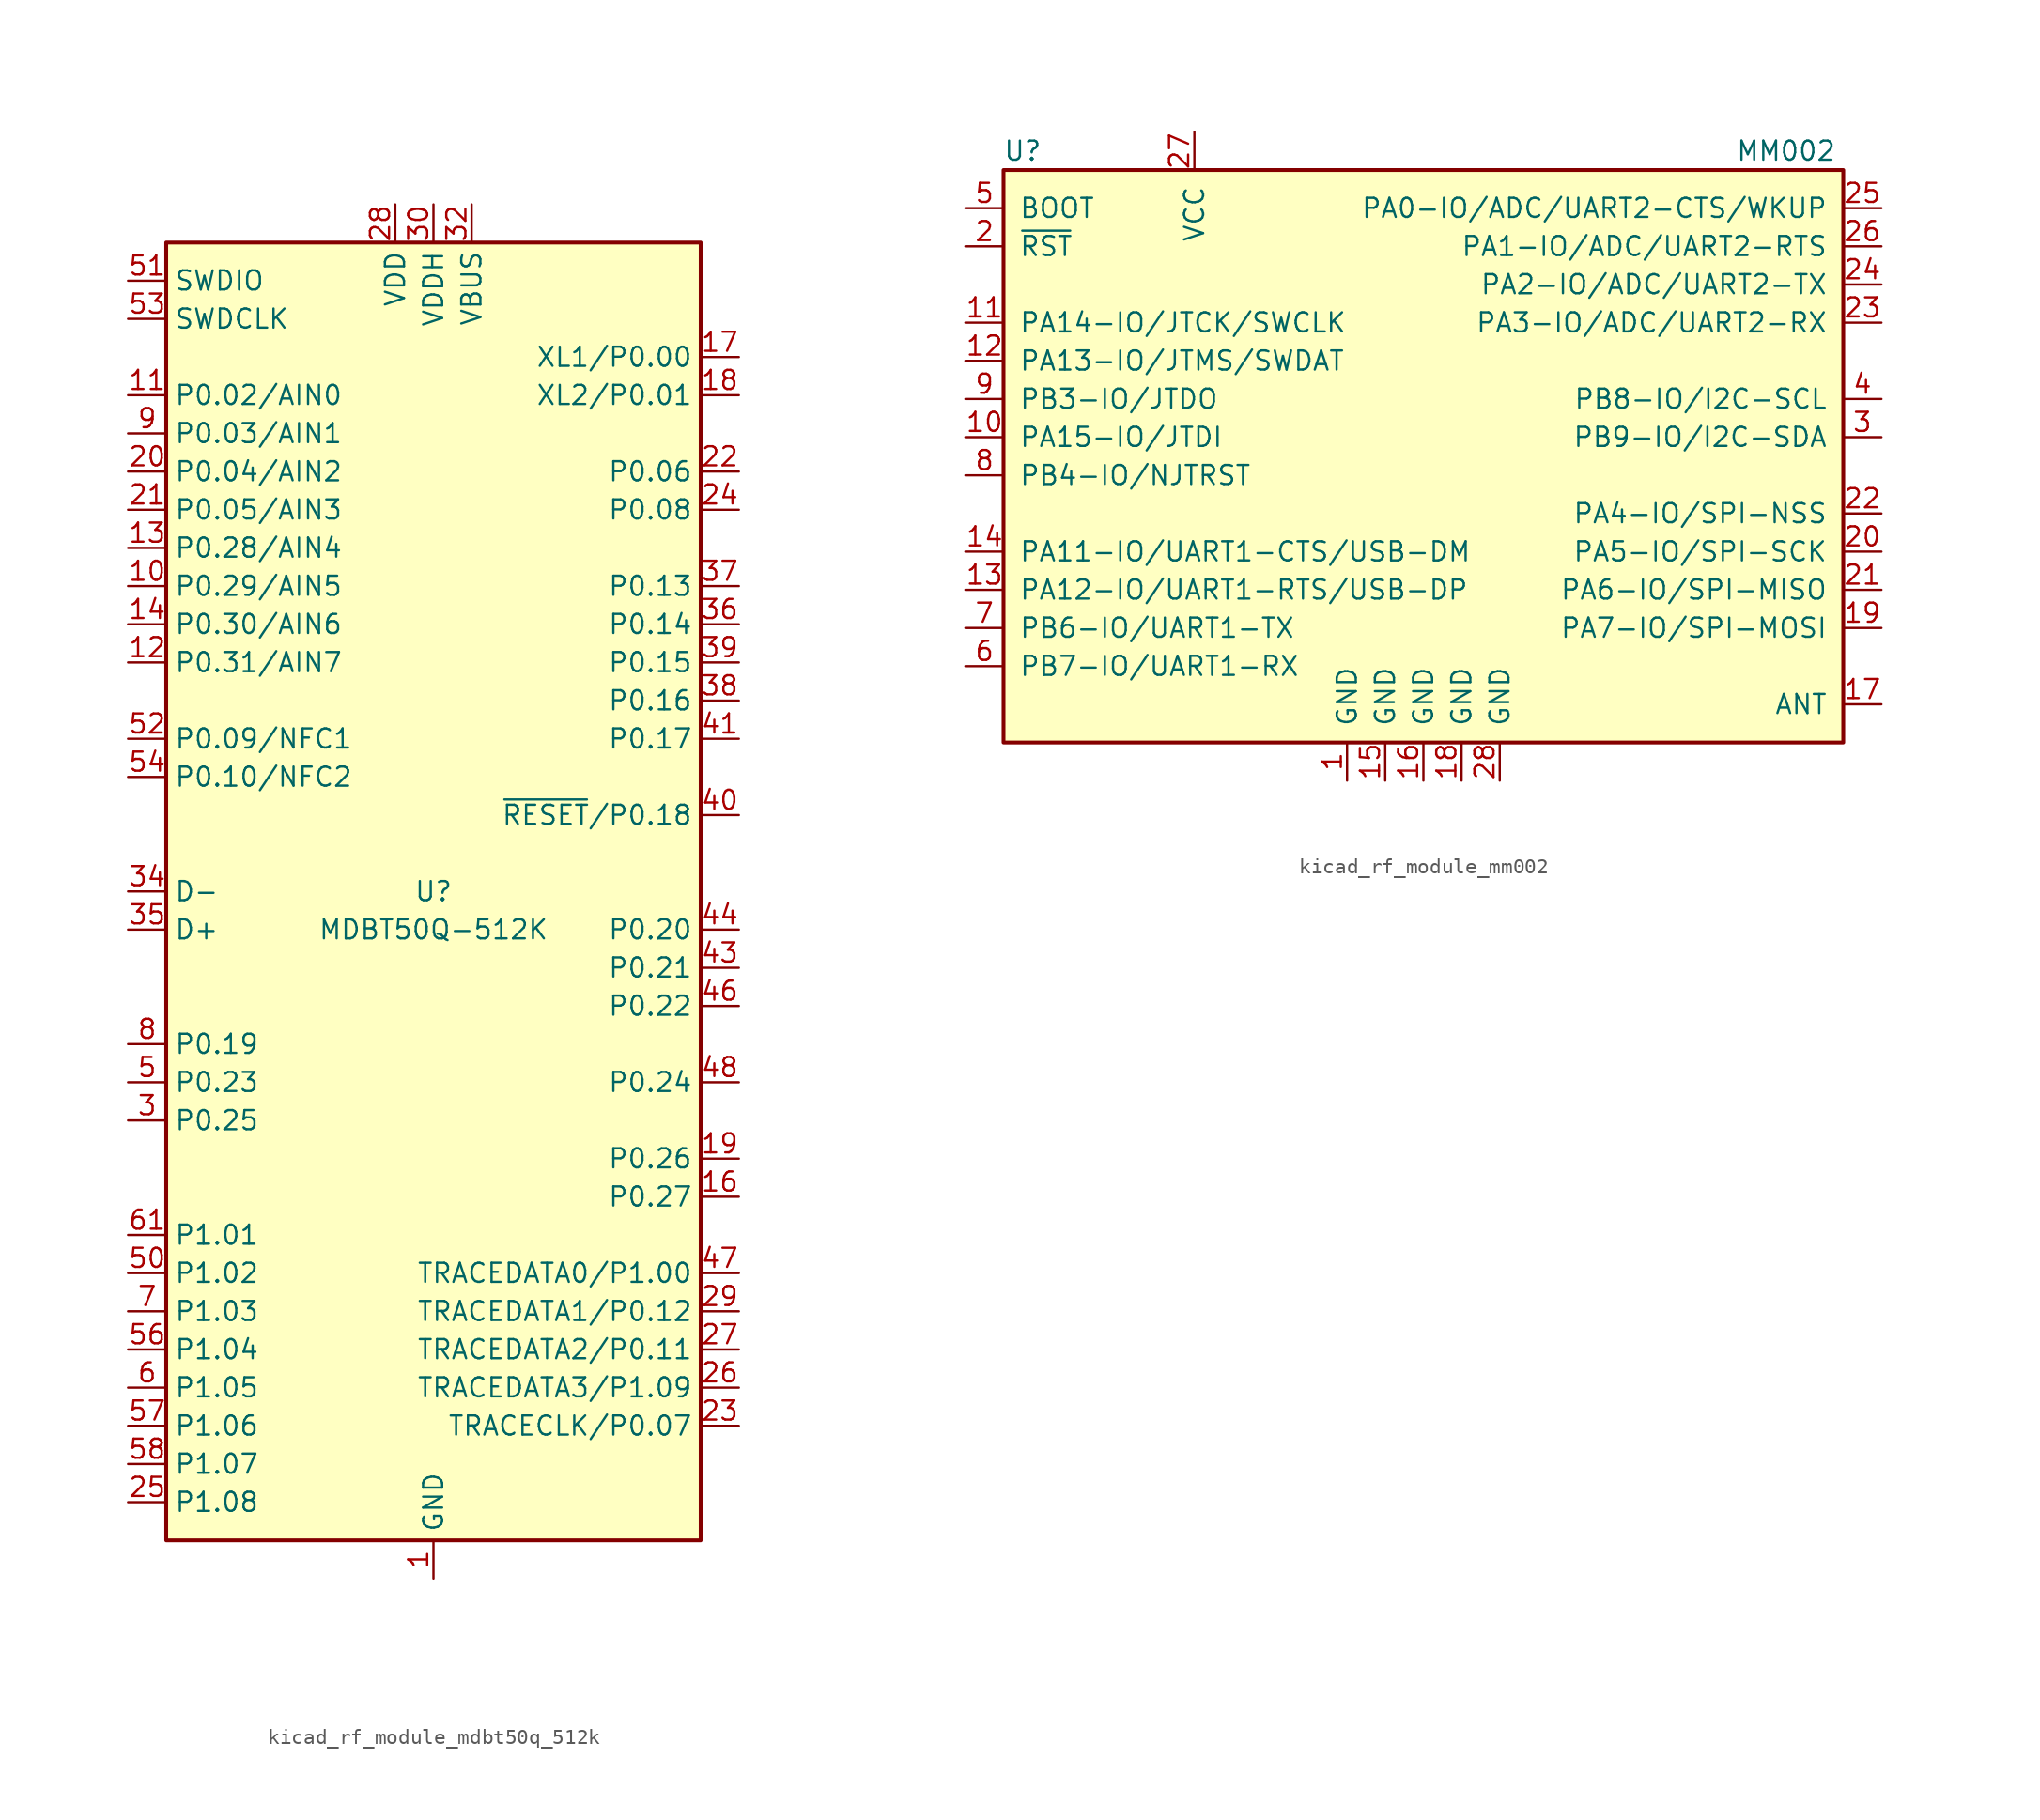
<source format=kicad_sym>
(kicad_symbol_lib
  (version 20220914)
  (generator kicad_symbol_editor)
  (symbol "kicad_rf_module_mdbt50q_512k"
    (property "Reference" "U"
      (at 0 0 0)
      (effects (font (size 1.27 1.27))))
    (property "Value" "MDBT50Q-512K"
      (at 0 -2.54 0)
      (effects (font (size 1.27 1.27))))
    (symbol "kicad_rf_module_mdbt50q_512k_0_1"
      (rectangle (start -17.78 43.18) (end 17.78 -43.18) (stroke (width 0.254) (type default)) (fill (type background))))
    (symbol "kicad_rf_module_mdbt50q_512k_1_1"
      (pin power_in line (at 0 -45.72 90) (length 2.54) (name "GND" (effects (font (size 1.27 1.27)))) (number "1" (effects (font (size 1.27 1.27)))))
      (pin bidirectional line (at -20.32 20.32 0) (length 2.54) (name "P0.29/AIN5" (effects (font (size 1.27 1.27)))) (number "10" (effects (font (size 1.27 1.27)))))
      (pin bidirectional line (at -20.32 33.02 0) (length 2.54) (name "P0.02/AIN0" (effects (font (size 1.27 1.27)))) (number "11" (effects (font (size 1.27 1.27)))))
      (pin bidirectional line (at -20.32 15.24 0) (length 2.54) (name "P0.31/AIN7" (effects (font (size 1.27 1.27)))) (number "12" (effects (font (size 1.27 1.27)))))
      (pin bidirectional line (at -20.32 22.86 0) (length 2.54) (name "P0.28/AIN4" (effects (font (size 1.27 1.27)))) (number "13" (effects (font (size 1.27 1.27)))))
      (pin bidirectional line (at -20.32 17.78 0) (length 2.54) (name "P0.30/AIN6" (effects (font (size 1.27 1.27)))) (number "14" (effects (font (size 1.27 1.27)))))
      (pin passive line (at 0 -45.72 90) (length 2.54) hide (name "GND" (effects (font (size 1.27 1.27)))) (number "15" (effects (font (size 1.27 1.27)))))
      (pin bidirectional line (at 20.32 -20.32 180) (length 2.54) (name "P0.27" (effects (font (size 1.27 1.27)))) (number "16" (effects (font (size 1.27 1.27)))))
      (pin bidirectional line (at 20.32 35.56 180) (length 2.54) (name "XL1/P0.00" (effects (font (size 1.27 1.27)))) (number "17" (effects (font (size 1.27 1.27)))))
      (pin bidirectional line (at 20.32 33.02 180) (length 2.54) (name "XL2/P0.01" (effects (font (size 1.27 1.27)))) (number "18" (effects (font (size 1.27 1.27)))))
      (pin bidirectional line (at 20.32 -17.78 180) (length 2.54) (name "P0.26" (effects (font (size 1.27 1.27)))) (number "19" (effects (font (size 1.27 1.27)))))
      (pin passive line (at 0 -45.72 90) (length 2.54) hide (name "GND" (effects (font (size 1.27 1.27)))) (number "2" (effects (font (size 1.27 1.27)))))
      (pin bidirectional line (at -20.32 27.94 0) (length 2.54) (name "P0.04/AIN2" (effects (font (size 1.27 1.27)))) (number "20" (effects (font (size 1.27 1.27)))))
      (pin bidirectional line (at -20.32 25.4 0) (length 2.54) (name "P0.05/AIN3" (effects (font (size 1.27 1.27)))) (number "21" (effects (font (size 1.27 1.27)))))
      (pin bidirectional line (at 20.32 27.94 180) (length 2.54) (name "P0.06" (effects (font (size 1.27 1.27)))) (number "22" (effects (font (size 1.27 1.27)))))
      (pin bidirectional line (at 20.32 -35.56 180) (length 2.54) (name "TRACECLK/P0.07" (effects (font (size 1.27 1.27)))) (number "23" (effects (font (size 1.27 1.27)))))
      (pin bidirectional line (at 20.32 25.4 180) (length 2.54) (name "P0.08" (effects (font (size 1.27 1.27)))) (number "24" (effects (font (size 1.27 1.27)))))
      (pin bidirectional line (at -20.32 -40.64 0) (length 2.54) (name "P1.08" (effects (font (size 1.27 1.27)))) (number "25" (effects (font (size 1.27 1.27)))))
      (pin bidirectional line (at 20.32 -33.02 180) (length 2.54) (name "TRACEDATA3/P1.09" (effects (font (size 1.27 1.27)))) (number "26" (effects (font (size 1.27 1.27)))))
      (pin bidirectional line (at 20.32 -30.48 180) (length 2.54) (name "TRACEDATA2/P0.11" (effects (font (size 1.27 1.27)))) (number "27" (effects (font (size 1.27 1.27)))))
      (pin power_in line (at -2.54 45.72 270) (length 2.54) (name "VDD" (effects (font (size 1.27 1.27)))) (number "28" (effects (font (size 1.27 1.27)))))
      (pin bidirectional line (at 20.32 -27.94 180) (length 2.54) (name "TRACEDATA1/P0.12" (effects (font (size 1.27 1.27)))) (number "29" (effects (font (size 1.27 1.27)))))
      (pin bidirectional line (at -20.32 -15.24 0) (length 2.54) (name "P0.25" (effects (font (size 1.27 1.27)))) (number "3" (effects (font (size 1.27 1.27)))))
      (pin power_in line (at 0 45.72 270) (length 2.54) (name "VDDH" (effects (font (size 1.27 1.27)))) (number "30" (effects (font (size 1.27 1.27)))))
      (pin no_connect line (at 5.08 43.18 270) (length 2.54) hide (name "NC" (effects (font (size 1.27 1.27)))) (number "31" (effects (font (size 1.27 1.27)))))
      (pin power_in line (at 2.54 45.72 270) (length 2.54) (name "VBUS" (effects (font (size 1.27 1.27)))) (number "32" (effects (font (size 1.27 1.27)))))
      (pin passive line (at 0 -45.72 90) (length 2.54) hide (name "GND" (effects (font (size 1.27 1.27)))) (number "33" (effects (font (size 1.27 1.27)))))
      (pin bidirectional line (at -20.32 0 0) (length 2.54) (name "D-" (effects (font (size 1.27 1.27)))) (number "34" (effects (font (size 1.27 1.27)))))
      (pin bidirectional line (at -20.32 -2.54 0) (length 2.54) (name "D+" (effects (font (size 1.27 1.27)))) (number "35" (effects (font (size 1.27 1.27)))))
      (pin bidirectional line (at 20.32 17.78 180) (length 2.54) (name "P0.14" (effects (font (size 1.27 1.27)))) (number "36" (effects (font (size 1.27 1.27)))))
      (pin bidirectional line (at 20.32 20.32 180) (length 2.54) (name "P0.13" (effects (font (size 1.27 1.27)))) (number "37" (effects (font (size 1.27 1.27)))))
      (pin bidirectional line (at 20.32 12.7 180) (length 2.54) (name "P0.16" (effects (font (size 1.27 1.27)))) (number "38" (effects (font (size 1.27 1.27)))))
      (pin bidirectional line (at 20.32 15.24 180) (length 2.54) (name "P0.15" (effects (font (size 1.27 1.27)))) (number "39" (effects (font (size 1.27 1.27)))))
      (pin no_connect line (at -17.78 -17.78 0) (length 2.54) hide (name "NC" (effects (font (size 1.27 1.27)))) (number "4" (effects (font (size 1.27 1.27)))))
      (pin bidirectional line (at 20.32 5.08 180) (length 2.54) (name "~{RESET}/P0.18" (effects (font (size 1.27 1.27)))) (number "40" (effects (font (size 1.27 1.27)))))
      (pin bidirectional line (at 20.32 10.16 180) (length 2.54) (name "P0.17" (effects (font (size 1.27 1.27)))) (number "41" (effects (font (size 1.27 1.27)))))
      (pin no_connect line (at 17.78 0 180) (length 2.54) hide (name "P0.19" (effects (font (size 1.27 1.27)))) (number "42" (effects (font (size 1.27 1.27)))))
      (pin bidirectional line (at 20.32 -5.08 180) (length 2.54) (name "P0.21" (effects (font (size 1.27 1.27)))) (number "43" (effects (font (size 1.27 1.27)))))
      (pin bidirectional line (at 20.32 -2.54 180) (length 2.54) (name "P0.20" (effects (font (size 1.27 1.27)))) (number "44" (effects (font (size 1.27 1.27)))))
      (pin no_connect line (at 17.78 -10.16 180) (length 2.54) hide (name "NC" (effects (font (size 1.27 1.27)))) (number "45" (effects (font (size 1.27 1.27)))))
      (pin bidirectional line (at 20.32 -7.62 180) (length 2.54) (name "P0.22" (effects (font (size 1.27 1.27)))) (number "46" (effects (font (size 1.27 1.27)))))
      (pin bidirectional line (at 20.32 -25.4 180) (length 2.54) (name "TRACEDATA0/P1.00" (effects (font (size 1.27 1.27)))) (number "47" (effects (font (size 1.27 1.27)))))
      (pin bidirectional line (at 20.32 -12.7 180) (length 2.54) (name "P0.24" (effects (font (size 1.27 1.27)))) (number "48" (effects (font (size 1.27 1.27)))))
      (pin no_connect line (at 17.78 -15.24 180) (length 2.54) hide (name "NC" (effects (font (size 1.27 1.27)))) (number "49" (effects (font (size 1.27 1.27)))))
      (pin bidirectional line (at -20.32 -12.7 0) (length 2.54) (name "P0.23" (effects (font (size 1.27 1.27)))) (number "5" (effects (font (size 1.27 1.27)))))
      (pin bidirectional line (at -20.32 -25.4 0) (length 2.54) (name "P1.02" (effects (font (size 1.27 1.27)))) (number "50" (effects (font (size 1.27 1.27)))))
      (pin bidirectional line (at -20.32 40.64 0) (length 2.54) (name "SWDIO" (effects (font (size 1.27 1.27)))) (number "51" (effects (font (size 1.27 1.27)))))
      (pin bidirectional line (at -20.32 10.16 0) (length 2.54) (name "P0.09/NFC1" (effects (font (size 1.27 1.27)))) (number "52" (effects (font (size 1.27 1.27)))))
      (pin input line (at -20.32 38.1 0) (length 2.54) (name "SWDCLK" (effects (font (size 1.27 1.27)))) (number "53" (effects (font (size 1.27 1.27)))))
      (pin bidirectional line (at -20.32 7.62 0) (length 2.54) (name "P0.10/NFC2" (effects (font (size 1.27 1.27)))) (number "54" (effects (font (size 1.27 1.27)))))
      (pin passive line (at 0 -45.72 90) (length 2.54) hide (name "GND" (effects (font (size 1.27 1.27)))) (number "55" (effects (font (size 1.27 1.27)))))
      (pin bidirectional line (at -20.32 -30.48 0) (length 2.54) (name "P1.04" (effects (font (size 1.27 1.27)))) (number "56" (effects (font (size 1.27 1.27)))))
      (pin bidirectional line (at -20.32 -35.56 0) (length 2.54) (name "P1.06" (effects (font (size 1.27 1.27)))) (number "57" (effects (font (size 1.27 1.27)))))
      (pin bidirectional line (at -20.32 -38.1 0) (length 2.54) (name "P1.07" (effects (font (size 1.27 1.27)))) (number "58" (effects (font (size 1.27 1.27)))))
      (pin no_connect line (at 17.78 38.1 180) (length 2.54) hide (name "NC" (effects (font (size 1.27 1.27)))) (number "59" (effects (font (size 1.27 1.27)))))
      (pin bidirectional line (at -20.32 -33.02 0) (length 2.54) (name "P1.05" (effects (font (size 1.27 1.27)))) (number "6" (effects (font (size 1.27 1.27)))))
      (pin no_connect line (at 17.78 40.64 180) (length 2.54) hide (name "NC" (effects (font (size 1.27 1.27)))) (number "60" (effects (font (size 1.27 1.27)))))
      (pin bidirectional line (at -20.32 -22.86 0) (length 2.54) (name "P1.01" (effects (font (size 1.27 1.27)))) (number "61" (effects (font (size 1.27 1.27)))))
      (pin bidirectional line (at -20.32 -27.94 0) (length 2.54) (name "P1.03" (effects (font (size 1.27 1.27)))) (number "7" (effects (font (size 1.27 1.27)))))
      (pin bidirectional line (at -20.32 -10.16 0) (length 2.54) (name "P0.19" (effects (font (size 1.27 1.27)))) (number "8" (effects (font (size 1.27 1.27)))))
      (pin bidirectional line (at -20.32 30.48 0) (length 2.54) (name "P0.03/AIN1" (effects (font (size 1.27 1.27)))) (number "9" (effects (font (size 1.27 1.27)))))))
  (symbol "kicad_rf_module_mm002"
    (pin_names
      (offset 1.016))
    (property "Reference" "U"
      (at -26.67 21.59 0)
      (effects (font (size 1.27 1.27))))
    (property "Value" "MM002"
      (at 24.13 21.59 0)
      (effects (font (size 1.27 1.27))))
    (symbol "kicad_rf_module_mm002_0_1"
      (rectangle (start -27.94 20.32) (end 27.94 -17.78) (stroke (width 0.254) (type default)) (fill (type background))))
    (symbol "kicad_rf_module_mm002_1_1"
      (pin power_in line (at -5.08 -20.32 90) (length 2.54) (name "GND" (effects (font (size 1.27 1.27)))) (number "1" (effects (font (size 1.27 1.27)))))
      (pin bidirectional line (at -30.48 2.54 0) (length 2.54) (name "PA15-IO/JTDI" (effects (font (size 1.27 1.27)))) (number "10" (effects (font (size 1.27 1.27)))))
      (pin bidirectional line (at -30.48 10.16 0) (length 2.54) (name "PA14-IO/JTCK/SWCLK" (effects (font (size 1.27 1.27)))) (number "11" (effects (font (size 1.27 1.27)))))
      (pin bidirectional line (at -30.48 7.62 0) (length 2.54) (name "PA13-IO/JTMS/SWDAT" (effects (font (size 1.27 1.27)))) (number "12" (effects (font (size 1.27 1.27)))))
      (pin bidirectional line (at -30.48 -7.62 0) (length 2.54) (name "PA12-IO/UART1-RTS/USB-DP" (effects (font (size 1.27 1.27)))) (number "13" (effects (font (size 1.27 1.27)))))
      (pin bidirectional line (at -30.48 -5.08 0) (length 2.54) (name "PA11-IO/UART1-CTS/USB-DM" (effects (font (size 1.27 1.27)))) (number "14" (effects (font (size 1.27 1.27)))))
      (pin power_in line (at -2.54 -20.32 90) (length 2.54) (name "GND" (effects (font (size 1.27 1.27)))) (number "15" (effects (font (size 1.27 1.27)))))
      (pin power_in line (at 0 -20.32 90) (length 2.54) (name "GND" (effects (font (size 1.27 1.27)))) (number "16" (effects (font (size 1.27 1.27)))))
      (pin bidirectional line (at 30.48 -15.24 180) (length 2.54) (name "ANT" (effects (font (size 1.27 1.27)))) (number "17" (effects (font (size 1.27 1.27)))))
      (pin power_in line (at 2.54 -20.32 90) (length 2.54) (name "GND" (effects (font (size 1.27 1.27)))) (number "18" (effects (font (size 1.27 1.27)))))
      (pin bidirectional line (at 30.48 -10.16 180) (length 2.54) (name "PA7-IO/SPI-MOSI" (effects (font (size 1.27 1.27)))) (number "19" (effects (font (size 1.27 1.27)))))
      (pin input line (at -30.48 15.24 0) (length 2.54) (name "~{RST}" (effects (font (size 1.27 1.27)))) (number "2" (effects (font (size 1.27 1.27)))))
      (pin bidirectional line (at 30.48 -5.08 180) (length 2.54) (name "PA5-IO/SPI-SCK" (effects (font (size 1.27 1.27)))) (number "20" (effects (font (size 1.27 1.27)))))
      (pin bidirectional line (at 30.48 -7.62 180) (length 2.54) (name "PA6-IO/SPI-MISO" (effects (font (size 1.27 1.27)))) (number "21" (effects (font (size 1.27 1.27)))))
      (pin bidirectional line (at 30.48 -2.54 180) (length 2.54) (name "PA4-IO/SPI-NSS" (effects (font (size 1.27 1.27)))) (number "22" (effects (font (size 1.27 1.27)))))
      (pin bidirectional line (at 30.48 10.16 180) (length 2.54) (name "PA3-IO/ADC/UART2-RX" (effects (font (size 1.27 1.27)))) (number "23" (effects (font (size 1.27 1.27)))))
      (pin bidirectional line (at 30.48 12.7 180) (length 2.54) (name "PA2-IO/ADC/UART2-TX" (effects (font (size 1.27 1.27)))) (number "24" (effects (font (size 1.27 1.27)))))
      (pin bidirectional line (at 30.48 17.78 180) (length 2.54) (name "PA0-IO/ADC/UART2-CTS/WKUP" (effects (font (size 1.27 1.27)))) (number "25" (effects (font (size 1.27 1.27)))))
      (pin bidirectional line (at 30.48 15.24 180) (length 2.54) (name "PA1-IO/ADC/UART2-RTS" (effects (font (size 1.27 1.27)))) (number "26" (effects (font (size 1.27 1.27)))))
      (pin power_in line (at -15.24 22.86 270) (length 2.54) (name "VCC" (effects (font (size 1.27 1.27)))) (number "27" (effects (font (size 1.27 1.27)))))
      (pin power_in line (at 5.08 -20.32 90) (length 2.54) (name "GND" (effects (font (size 1.27 1.27)))) (number "28" (effects (font (size 1.27 1.27)))))
      (pin bidirectional line (at 30.48 2.54 180) (length 2.54) (name "PB9-IO/I2C-SDA" (effects (font (size 1.27 1.27)))) (number "3" (effects (font (size 1.27 1.27)))))
      (pin bidirectional line (at 30.48 5.08 180) (length 2.54) (name "PB8-IO/I2C-SCL" (effects (font (size 1.27 1.27)))) (number "4" (effects (font (size 1.27 1.27)))))
      (pin input line (at -30.48 17.78 0) (length 2.54) (name "BOOT" (effects (font (size 1.27 1.27)))) (number "5" (effects (font (size 1.27 1.27)))))
      (pin bidirectional line (at -30.48 -12.7 0) (length 2.54) (name "PB7-IO/UART1-RX" (effects (font (size 1.27 1.27)))) (number "6" (effects (font (size 1.27 1.27)))))
      (pin bidirectional line (at -30.48 -10.16 0) (length 2.54) (name "PB6-IO/UART1-TX" (effects (font (size 1.27 1.27)))) (number "7" (effects (font (size 1.27 1.27)))))
      (pin input line (at -30.48 0 0) (length 2.54) (name "PB4-IO/NJTRST" (effects (font (size 1.27 1.27)))) (number "8" (effects (font (size 1.27 1.27)))))
      (pin bidirectional line (at -30.48 5.08 0) (length 2.54) (name "PB3-IO/JTDO" (effects (font (size 1.27 1.27)))) (number "9" (effects (font (size 1.27 1.27))))))))
</source>
